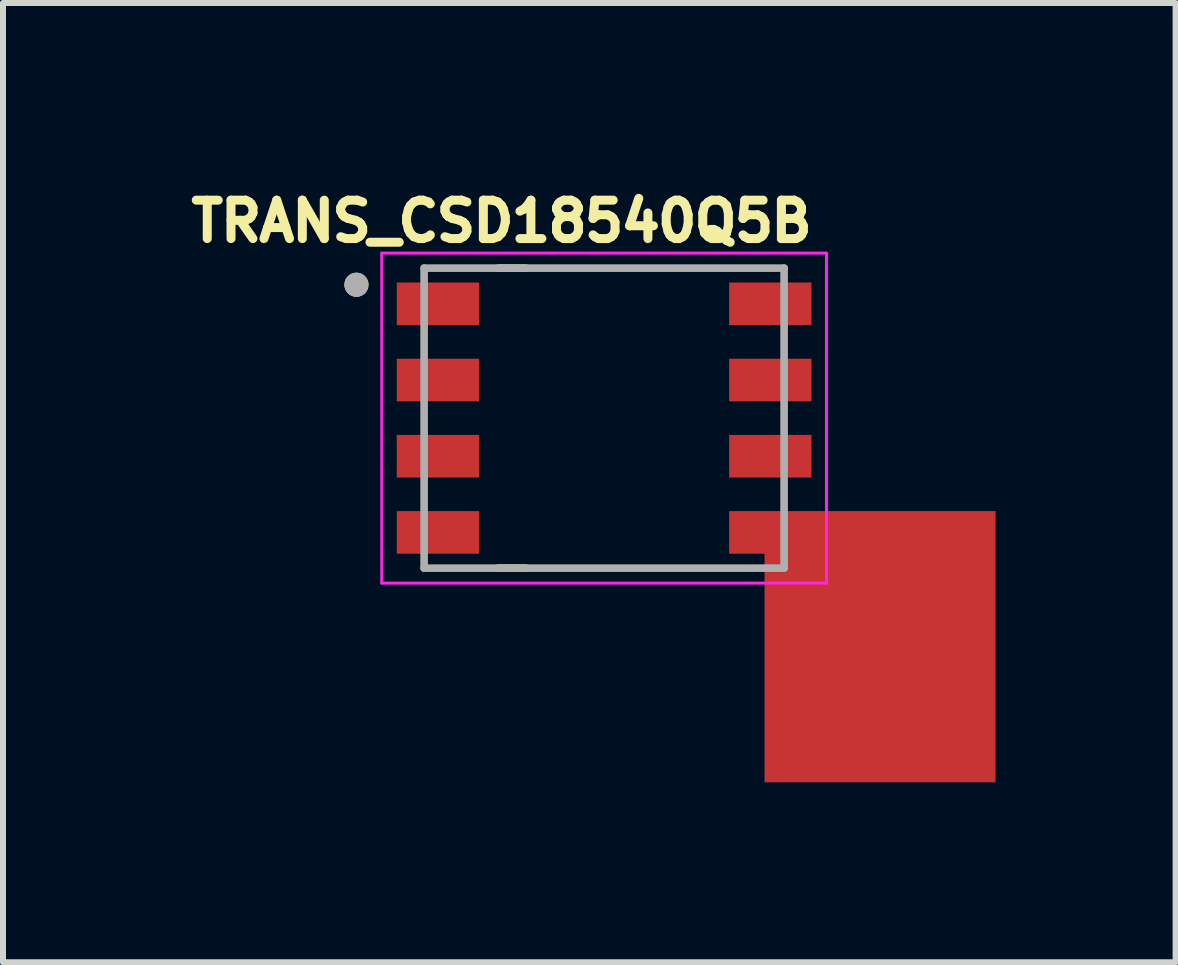
<source format=kicad_pcb>
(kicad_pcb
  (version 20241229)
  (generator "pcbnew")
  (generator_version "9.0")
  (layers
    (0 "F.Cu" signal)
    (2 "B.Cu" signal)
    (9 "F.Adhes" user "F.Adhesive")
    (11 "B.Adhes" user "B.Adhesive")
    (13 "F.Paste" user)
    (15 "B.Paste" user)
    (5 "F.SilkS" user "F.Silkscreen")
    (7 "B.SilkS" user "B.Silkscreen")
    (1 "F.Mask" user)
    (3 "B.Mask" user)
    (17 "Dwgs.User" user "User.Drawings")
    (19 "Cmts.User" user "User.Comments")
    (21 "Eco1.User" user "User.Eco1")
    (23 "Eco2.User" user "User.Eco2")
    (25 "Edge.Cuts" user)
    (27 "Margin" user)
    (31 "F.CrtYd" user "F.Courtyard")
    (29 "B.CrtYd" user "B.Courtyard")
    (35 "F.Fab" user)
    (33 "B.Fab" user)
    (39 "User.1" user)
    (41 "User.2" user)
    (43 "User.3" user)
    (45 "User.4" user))
  (footprint "TRANS_CSD18540Q5B"
    (layer "F.Cu")
    (at 7.019 3.919)
    (property "Reference" "TRANS_CSD18540Q5B" (at -1.708 -3.281 0) (layer "F.SilkS") (effects (font (size 0.64 0.64) (thickness 0.15))))
    (attr smd)
    (fp_poly (pts (xy -1.084 2.36) (xy -1.084 -2.36) (xy 3.556 -2.36) (xy 3.556 -1.45) (xy 2.966 -1.45) (xy 2.966 -1.09) (xy 3.556 -1.09) (xy 3.556 -0.18) (xy 2.966 -0.18) (xy 2.966 0.18) (xy 3.556 0.18) (xy 3.556 1.09) (xy 2.966 1.09) (xy 2.966 1.45) (xy 3.566 1.45) (xy 3.566 2.36)) (stroke (width 0.0001) (type solid)) (fill yes) (layer "F.Mask"))
    (fp_line (start -1.764 2.5) (end -1.304 2.5) (stroke (width 0.127) (type solid)) (layer "F.SilkS"))
    (fp_line (start -1.304 -2.5) (end -1.764 -2.5) (stroke (width 0.127) (type solid)) (layer "F.SilkS"))
    (fp_circle (center -4.128 -2.223) (end -4.027 -2.223) (stroke (width 0.2) (type solid)) (fill no) (layer "F.SilkS"))
    (fp_poly (pts (xy -3.293 -2.186) (xy -2.221 -2.186) (xy -2.221 -1.624) (xy -3.293 -1.624)) (stroke (width 0.01) (type solid)) (fill yes) (layer "F.Paste"))
    (fp_poly (pts (xy -3.293 -0.916) (xy -2.221 -0.916) (xy -2.221 -0.354) (xy -3.293 -0.354)) (stroke (width 0.01) (type solid)) (fill yes) (layer "F.Paste"))
    (fp_poly (pts (xy -3.293 0.354) (xy -2.221 0.354) (xy -2.221 0.916) (xy -3.293 0.916)) (stroke (width 0.01) (type solid)) (fill yes) (layer "F.Paste"))
    (fp_poly (pts (xy -3.293 1.624) (xy -2.221 1.624) (xy -2.221 2.186) (xy -3.293 2.186)) (stroke (width 0.01) (type solid)) (fill yes) (layer "F.Paste"))
    (fp_poly (pts (xy -0.697 -1.942) (xy 0.597 -1.942) (xy 0.597 -1.196) (xy -0.697 -1.196)) (stroke (width 0.01) (type solid)) (fill yes) (layer "F.Paste"))
    (fp_poly (pts (xy -0.697 -0.896) (xy 0.597 -0.896) (xy 0.597 -0.15) (xy -0.697 -0.15)) (stroke (width 0.01) (type solid)) (fill yes) (layer "F.Paste"))
    (fp_poly (pts (xy -0.697 0.15) (xy 0.597 0.15) (xy 0.597 0.896) (xy -0.697 0.896)) (stroke (width 0.01) (type solid)) (fill yes) (layer "F.Paste"))
    (fp_poly (pts (xy -0.697 1.196) (xy 0.597 1.196) (xy 0.597 1.942) (xy -0.697 1.942)) (stroke (width 0.01) (type solid)) (fill yes) (layer "F.Paste"))
    (fp_poly (pts (xy 0.947 -1.942) (xy 2.241 -1.942) (xy 2.241 -1.196) (xy 0.947 -1.196)) (stroke (width 0.01) (type solid)) (fill yes) (layer "F.Paste"))
    (fp_poly (pts (xy 0.947 -0.896) (xy 2.241 -0.896) (xy 2.241 -0.15) (xy 0.947 -0.15)) (stroke (width 0.01) (type solid)) (fill yes) (layer "F.Paste"))
    (fp_poly (pts (xy 0.947 0.15) (xy 2.241 0.15) (xy 2.241 0.896) (xy 0.947 0.896)) (stroke (width 0.01) (type solid)) (fill yes) (layer "F.Paste"))
    (fp_poly (pts (xy 0.947 1.196) (xy 2.241 1.196) (xy 2.241 1.942) (xy 0.947 1.942)) (stroke (width 0.01) (type solid)) (fill yes) (layer "F.Paste"))
    (fp_poly (pts (xy 2.527 -2.159) (xy 3.293 -2.159) (xy 3.293 -1.651) (xy 2.527 -1.651)) (stroke (width 0.01) (type solid)) (fill yes) (layer "F.Paste"))
    (fp_poly (pts (xy 2.527 -0.889) (xy 3.293 -0.889) (xy 3.293 -0.381) (xy 2.527 -0.381)) (stroke (width 0.01) (type solid)) (fill yes) (layer "F.Paste"))
    (fp_poly (pts (xy 2.527 0.381) (xy 3.293 0.381) (xy 3.293 0.889) (xy 2.527 0.889)) (stroke (width 0.01) (type solid)) (fill yes) (layer "F.Paste"))
    (fp_poly (pts (xy 2.527 1.651) (xy 3.293 1.651) (xy 3.293 2.159) (xy 2.527 2.159)) (stroke (width 0.01) (type solid)) (fill yes) (layer "F.Paste"))
    (fp_line (start -3.706 -2.75) (end 3.706 -2.75) (stroke (width 0.05) (type solid)) (layer "F.CrtYd"))
    (fp_line (start -3.706 2.75) (end -3.706 -2.75) (stroke (width 0.05) (type solid)) (layer "F.CrtYd"))
    (fp_line (start 3.706 -2.75) (end 3.706 2.75) (stroke (width 0.05) (type solid)) (layer "F.CrtYd"))
    (fp_line (start 3.706 2.75) (end -3.706 2.75) (stroke (width 0.05) (type solid)) (layer "F.CrtYd"))
    (fp_line (start -3 -2.5) (end -3 2.5) (stroke (width 0.127) (type solid)) (layer "F.Fab"))
    (fp_line (start -3 2.5) (end 3 2.5) (stroke (width 0.127) (type solid)) (layer "F.Fab"))
    (fp_line (start 3 -2.5) (end -3 -2.5) (stroke (width 0.127) (type solid)) (layer "F.Fab"))
    (fp_line (start 3 2.5) (end 3 -2.5) (stroke (width 0.127) (type solid)) (layer "F.Fab"))
    (fp_circle (center -4.128 -2.223) (end -4.027 -2.223) (stroke (width 0.2) (type solid)) (fill no) (layer "F.Fab"))
    (pad "1" smd rect (at -2.77 -1.905) (size 1.372 0.71) (layers "F.Cu" "F.Mask"))
    (pad "2" smd rect (at -2.77 -0.635) (size 1.372 0.71) (layers "F.Cu" "F.Mask"))
    (pad "3" smd rect (at -2.77 0.635) (size 1.372 0.71) (layers "F.Cu" "F.Mask"))
    (pad "4" smd rect (at -2.77 1.905) (size 1.372 0.71) (layers "F.Cu" "F.Mask"))
    (pad "5" smd custom (at 2.77 1.905 180) (size 1.372 0.71) (layers "F.Cu") (options (anchor rect)) (primitives (gr_poly (pts (xy -3.754 0.355) (xy -3.754 -4.165) (xy 0.096 -4.165) (xy 0.096 0.355)) (width 0.0001) (fill yes))))
    (pad "6" smd rect (at 2.77 0.635 180) (size 1.372 0.71) (layers "F.Cu"))
    (pad "7" smd rect (at 2.77 -0.635 180) (size 1.372 0.71) (layers "F.Cu"))
    (pad "8" smd rect (at 2.77 -1.905 180) (size 1.372 0.71) (layers "F.Cu")))
  (gr_rect
    (start -3 -3)
    (end 16.544 12.989)
    (stroke (width 0.1) (type default))
    (fill no)
    (layer "Edge.Cuts")))
</source>
